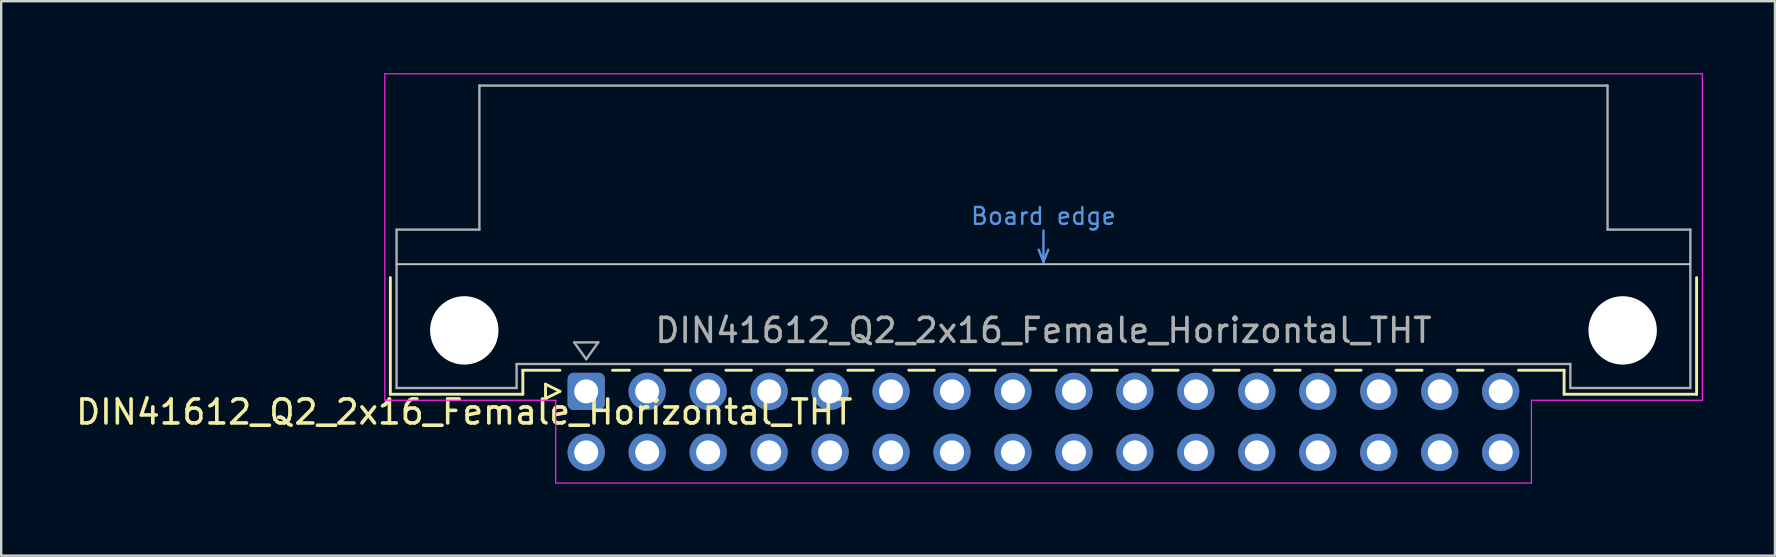
<source format=kicad_pcb>
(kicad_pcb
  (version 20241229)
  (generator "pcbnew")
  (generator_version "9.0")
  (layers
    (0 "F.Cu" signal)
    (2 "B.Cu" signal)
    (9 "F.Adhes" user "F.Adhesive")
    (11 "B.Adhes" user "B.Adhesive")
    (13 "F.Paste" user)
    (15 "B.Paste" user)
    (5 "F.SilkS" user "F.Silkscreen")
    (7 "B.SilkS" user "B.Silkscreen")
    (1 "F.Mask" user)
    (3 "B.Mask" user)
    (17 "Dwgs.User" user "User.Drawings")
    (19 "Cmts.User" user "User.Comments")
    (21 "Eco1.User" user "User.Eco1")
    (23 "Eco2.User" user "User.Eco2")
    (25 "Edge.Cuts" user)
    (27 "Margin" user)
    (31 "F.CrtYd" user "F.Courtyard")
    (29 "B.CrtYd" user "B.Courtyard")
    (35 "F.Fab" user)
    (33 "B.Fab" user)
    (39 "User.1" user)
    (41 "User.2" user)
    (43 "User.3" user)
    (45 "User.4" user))
  (footprint "DIN41612_Q2_2x16_Female_Horizontal_THT"
    (layer "F.Cu")
    (at 21.372 13.255)
    (property "Reference" "DIN41612_Q2_2x16_Female_Horizontal_THT" (at -5.08 0.86 0) (layer "F.SilkS") (effects (font (size 1 1) (thickness 0.15))))
    (attr through_hole)
    (fp_line (start -8.16 -4.74) (end -8.16 0.12) (stroke (width 0.12) (type solid)) (layer "F.SilkS"))
    (fp_line (start -8.16 0.12) (end -2.64 0.12) (stroke (width 0.12) (type solid)) (layer "F.SilkS"))
    (fp_line (start -2.64 -0.88) (end -1.095 -0.88) (stroke (width 0.12) (type solid)) (layer "F.SilkS"))
    (fp_line (start -2.64 0.12) (end -2.64 -0.88) (stroke (width 0.12) (type solid)) (layer "F.SilkS"))
    (fp_line (start -1.695 -0.3) (end -1.695 0.3) (stroke (width 0.12) (type solid)) (layer "F.SilkS"))
    (fp_line (start -1.695 0.3) (end -1.095 0) (stroke (width 0.12) (type solid)) (layer "F.SilkS"))
    (fp_line (start -1.095 0) (end -1.695 -0.3) (stroke (width 0.12) (type solid)) (layer "F.SilkS"))
    (fp_line (start 1.095 -0.88) (end 1.801 -0.88) (stroke (width 0.12) (type solid)) (layer "F.SilkS"))
    (fp_line (start 3.28 -0.88) (end 4.341 -0.88) (stroke (width 0.12) (type solid)) (layer "F.SilkS"))
    (fp_line (start 5.82 -0.88) (end 6.881 -0.88) (stroke (width 0.12) (type solid)) (layer "F.SilkS"))
    (fp_line (start 8.36 -0.88) (end 9.421 -0.88) (stroke (width 0.12) (type solid)) (layer "F.SilkS"))
    (fp_line (start 10.9 -0.88) (end 11.961 -0.88) (stroke (width 0.12) (type solid)) (layer "F.SilkS"))
    (fp_line (start 13.44 -0.88) (end 14.501 -0.88) (stroke (width 0.12) (type solid)) (layer "F.SilkS"))
    (fp_line (start 15.98 -0.88) (end 17.041 -0.88) (stroke (width 0.12) (type solid)) (layer "F.SilkS"))
    (fp_line (start 18.52 -0.88) (end 19.581 -0.88) (stroke (width 0.12) (type solid)) (layer "F.SilkS"))
    (fp_line (start 21.06 -0.88) (end 22.121 -0.88) (stroke (width 0.12) (type solid)) (layer "F.SilkS"))
    (fp_line (start 23.6 -0.88) (end 24.661 -0.88) (stroke (width 0.12) (type solid)) (layer "F.SilkS"))
    (fp_line (start 26.14 -0.88) (end 27.201 -0.88) (stroke (width 0.12) (type solid)) (layer "F.SilkS"))
    (fp_line (start 28.68 -0.88) (end 29.741 -0.88) (stroke (width 0.12) (type solid)) (layer "F.SilkS"))
    (fp_line (start 31.22 -0.88) (end 32.281 -0.88) (stroke (width 0.12) (type solid)) (layer "F.SilkS"))
    (fp_line (start 33.76 -0.88) (end 34.821 -0.88) (stroke (width 0.12) (type solid)) (layer "F.SilkS"))
    (fp_line (start 36.3 -0.88) (end 37.361 -0.88) (stroke (width 0.12) (type solid)) (layer "F.SilkS"))
    (fp_line (start 38.84 -0.88) (end 40.74 -0.88) (stroke (width 0.12) (type solid)) (layer "F.SilkS"))
    (fp_line (start 40.74 0.12) (end 40.74 -0.88) (stroke (width 0.12) (type solid)) (layer "F.SilkS"))
    (fp_line (start 46.26 -4.74) (end 46.26 0.12) (stroke (width 0.12) (type solid)) (layer "F.SilkS"))
    (fp_line (start 46.26 0.12) (end 40.74 0.12) (stroke (width 0.12) (type solid)) (layer "F.SilkS"))
    (fp_line (start -7.9 -5.3) (end 46 -5.3) (stroke (width 0.08) (type solid)) (layer "Dwgs.User"))
    (fp_line (start 18.85 -5.9) (end 19.05 -5.4) (stroke (width 0.1) (type solid)) (layer "Cmts.User"))
    (fp_line (start 19.05 -5.4) (end 19.05 -6.7) (stroke (width 0.1) (type solid)) (layer "Cmts.User"))
    (fp_line (start 19.05 -5.4) (end 19.25 -5.9) (stroke (width 0.1) (type solid)) (layer "Cmts.User"))
    (fp_line (start -8.39 -13.23) (end -8.39 0.37) (stroke (width 0.05) (type solid)) (layer "F.CrtYd"))
    (fp_line (start -8.39 0.37) (end -1.27 0.37) (stroke (width 0.05) (type solid)) (layer "F.CrtYd"))
    (fp_line (start -1.27 0.37) (end -1.27 3.82) (stroke (width 0.05) (type solid)) (layer "F.CrtYd"))
    (fp_line (start -1.27 3.82) (end 39.38 3.82) (stroke (width 0.05) (type solid)) (layer "F.CrtYd"))
    (fp_line (start 39.38 0.37) (end 46.5 0.37) (stroke (width 0.05) (type solid)) (layer "F.CrtYd"))
    (fp_line (start 39.38 3.82) (end 39.38 0.37) (stroke (width 0.05) (type solid)) (layer "F.CrtYd"))
    (fp_line (start 46.5 -13.23) (end -8.39 -13.23) (stroke (width 0.05) (type solid)) (layer "F.CrtYd"))
    (fp_line (start 46.5 0.37) (end 46.5 -13.23) (stroke (width 0.05) (type solid)) (layer "F.CrtYd"))
    (fp_line (start -7.9 -6.74) (end -7.9 -0.14) (stroke (width 0.1) (type solid)) (layer "F.Fab"))
    (fp_line (start -7.9 -0.14) (end -2.9 -0.14) (stroke (width 0.1) (type solid)) (layer "F.Fab"))
    (fp_line (start -4.45 -12.74) (end -4.45 -6.74) (stroke (width 0.1) (type solid)) (layer "F.Fab"))
    (fp_line (start -4.45 -6.74) (end -7.9 -6.74) (stroke (width 0.1) (type solid)) (layer "F.Fab"))
    (fp_line (start -2.9 -1.14) (end 41 -1.14) (stroke (width 0.1) (type solid)) (layer "F.Fab"))
    (fp_line (start -2.9 -0.14) (end -2.9 -1.14) (stroke (width 0.1) (type solid)) (layer "F.Fab"))
    (fp_line (start -0.5 -2.04) (end 0.5 -2.04) (stroke (width 0.1) (type solid)) (layer "F.Fab"))
    (fp_line (start 0 -1.34) (end -0.5 -2.04) (stroke (width 0.1) (type solid)) (layer "F.Fab"))
    (fp_line (start 0.5 -2.04) (end 0 -1.34) (stroke (width 0.1) (type solid)) (layer "F.Fab"))
    (fp_line (start 41 -1.14) (end 41 -0.14) (stroke (width 0.1) (type solid)) (layer "F.Fab"))
    (fp_line (start 41 -0.14) (end 46 -0.14) (stroke (width 0.1) (type solid)) (layer "F.Fab"))
    (fp_line (start 42.55 -12.74) (end -4.45 -12.74) (stroke (width 0.1) (type solid)) (layer "F.Fab"))
    (fp_line (start 42.55 -6.74) (end 42.55 -12.74) (stroke (width 0.1) (type solid)) (layer "F.Fab"))
    (fp_line (start 46 -6.74) (end 42.55 -6.74) (stroke (width 0.1) (type solid)) (layer "F.Fab"))
    (fp_line (start 46 -0.14) (end 46 -6.74) (stroke (width 0.1) (type solid)) (layer "F.Fab"))
    (fp_text user "Board edge" (at 19.05 -7.3 0) (layer "Cmts.User") (effects (font (size 0.7 0.7) (thickness 0.1))))
    (fp_text user "${REFERENCE}" (at 19.05 -2.54 0) (layer "F.Fab") (effects (font (size 1 1) (thickness 0.15))))
    (pad "" np_thru_hole circle (at -5.08 -2.54) (size 2.85 2.85) (drill 2.85) (layers "*.Cu" "*.Mask"))
    (pad "" np_thru_hole circle (at 43.18 -2.54) (size 2.85 2.85) (drill 2.85) (layers "*.Cu" "*.Mask"))
    (pad "a1" thru_hole roundrect (at 0 0) (size 1.55 1.55) (drill 1) (layers "*.Cu" "*.Mask") (roundrect_rratio 0.161))
    (pad "a2" thru_hole circle (at 2.54 0) (size 1.55 1.55) (drill 1) (layers "*.Cu" "*.Mask"))
    (pad "a3" thru_hole circle (at 5.08 0) (size 1.55 1.55) (drill 1) (layers "*.Cu" "*.Mask"))
    (pad "a4" thru_hole circle (at 7.62 0) (size 1.55 1.55) (drill 1) (layers "*.Cu" "*.Mask"))
    (pad "a5" thru_hole circle (at 10.16 0) (size 1.55 1.55) (drill 1) (layers "*.Cu" "*.Mask"))
    (pad "a6" thru_hole circle (at 12.7 0) (size 1.55 1.55) (drill 1) (layers "*.Cu" "*.Mask"))
    (pad "a7" thru_hole circle (at 15.24 0) (size 1.55 1.55) (drill 1) (layers "*.Cu" "*.Mask"))
    (pad "a8" thru_hole circle (at 17.78 0) (size 1.55 1.55) (drill 1) (layers "*.Cu" "*.Mask"))
    (pad "a9" thru_hole circle (at 20.32 0) (size 1.55 1.55) (drill 1) (layers "*.Cu" "*.Mask"))
    (pad "a10" thru_hole circle (at 22.86 0) (size 1.55 1.55) (drill 1) (layers "*.Cu" "*.Mask"))
    (pad "a11" thru_hole circle (at 25.4 0) (size 1.55 1.55) (drill 1) (layers "*.Cu" "*.Mask"))
    (pad "a12" thru_hole circle (at 27.94 0) (size 1.55 1.55) (drill 1) (layers "*.Cu" "*.Mask"))
    (pad "a13" thru_hole circle (at 30.48 0) (size 1.55 1.55) (drill 1) (layers "*.Cu" "*.Mask"))
    (pad "a14" thru_hole circle (at 33.02 0) (size 1.55 1.55) (drill 1) (layers "*.Cu" "*.Mask"))
    (pad "a15" thru_hole circle (at 35.56 0) (size 1.55 1.55) (drill 1) (layers "*.Cu" "*.Mask"))
    (pad "a16" thru_hole circle (at 38.1 0) (size 1.55 1.55) (drill 1) (layers "*.Cu" "*.Mask"))
    (pad "b1" thru_hole circle (at 0 2.54) (size 1.55 1.55) (drill 1) (layers "*.Cu" "*.Mask"))
    (pad "b2" thru_hole circle (at 2.54 2.54) (size 1.55 1.55) (drill 1) (layers "*.Cu" "*.Mask"))
    (pad "b3" thru_hole circle (at 5.08 2.54) (size 1.55 1.55) (drill 1) (layers "*.Cu" "*.Mask"))
    (pad "b4" thru_hole circle (at 7.62 2.54) (size 1.55 1.55) (drill 1) (layers "*.Cu" "*.Mask"))
    (pad "b5" thru_hole circle (at 10.16 2.54) (size 1.55 1.55) (drill 1) (layers "*.Cu" "*.Mask"))
    (pad "b6" thru_hole circle (at 12.7 2.54) (size 1.55 1.55) (drill 1) (layers "*.Cu" "*.Mask"))
    (pad "b7" thru_hole circle (at 15.24 2.54) (size 1.55 1.55) (drill 1) (layers "*.Cu" "*.Mask"))
    (pad "b8" thru_hole circle (at 17.78 2.54) (size 1.55 1.55) (drill 1) (layers "*.Cu" "*.Mask"))
    (pad "b9" thru_hole circle (at 20.32 2.54) (size 1.55 1.55) (drill 1) (layers "*.Cu" "*.Mask"))
    (pad "b10" thru_hole circle (at 22.86 2.54) (size 1.55 1.55) (drill 1) (layers "*.Cu" "*.Mask"))
    (pad "b11" thru_hole circle (at 25.4 2.54) (size 1.55 1.55) (drill 1) (layers "*.Cu" "*.Mask"))
    (pad "b12" thru_hole circle (at 27.94 2.54) (size 1.55 1.55) (drill 1) (layers "*.Cu" "*.Mask"))
    (pad "b13" thru_hole circle (at 30.48 2.54) (size 1.55 1.55) (drill 1) (layers "*.Cu" "*.Mask"))
    (pad "b14" thru_hole circle (at 33.02 2.54) (size 1.55 1.55) (drill 1) (layers "*.Cu" "*.Mask"))
    (pad "b15" thru_hole circle (at 35.56 2.54) (size 1.55 1.55) (drill 1) (layers "*.Cu" "*.Mask"))
    (pad "b16" thru_hole circle (at 38.1 2.54) (size 1.55 1.55) (drill 1) (layers "*.Cu" "*.Mask")))
  (gr_rect
    (start -3 -3)
    (end 70.897 20.1)
    (stroke (width 0.1) (type default))
    (fill no)
    (layer "Edge.Cuts")))
</source>
